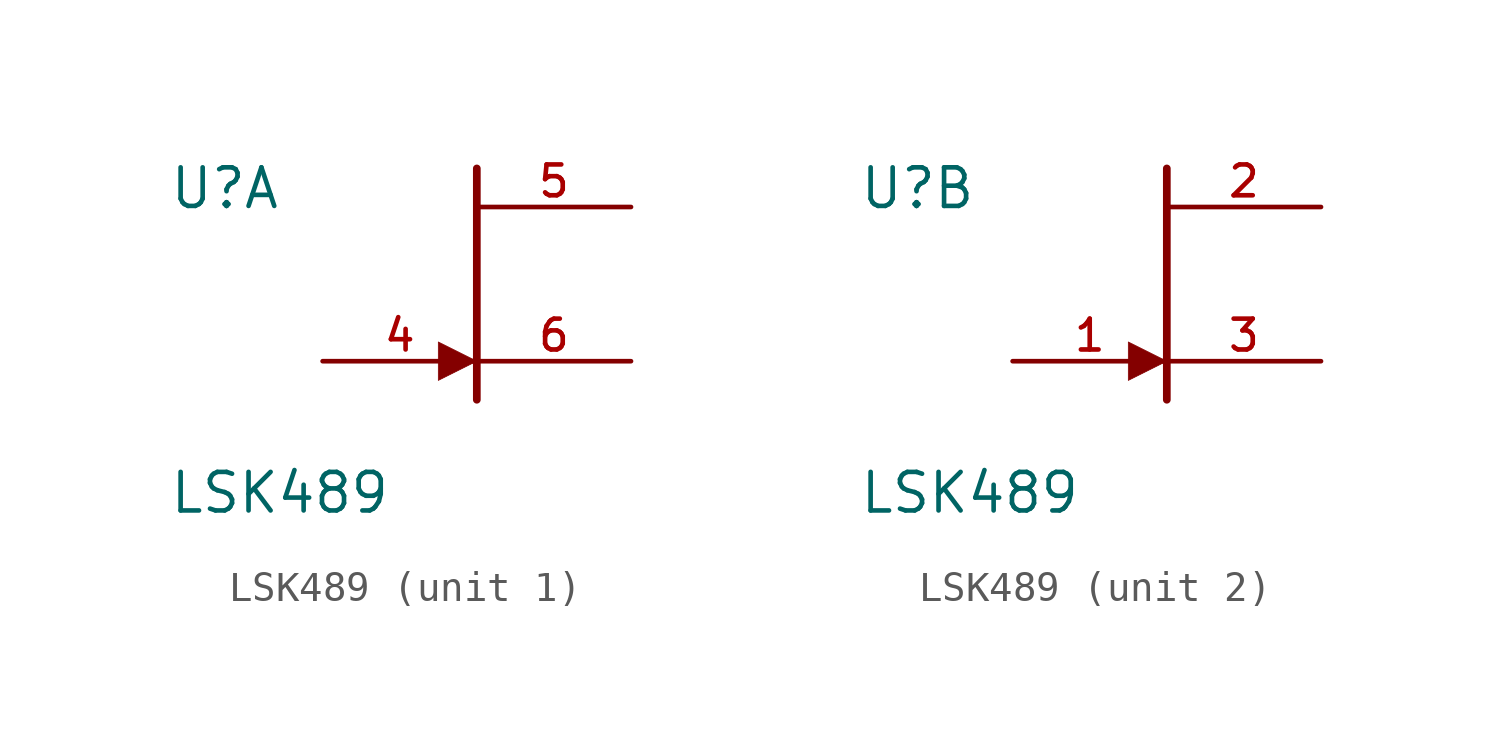
<source format=kicad_sym>
(kicad_symbol_lib
  (version 20211014)
  (generator kicad_symbol_editor)
  (symbol "LSK489"
    (pin_names
      (offset 1.016))
    (property "Reference" "U"
      (at -10.16 2.413 0)
      (effects (font (size 1.27 1.27)) (justify bottom left)))
    (property "Value" "LSK489"
      (at -10.16 -7.62 0)
      (effects (font (size 1.27 1.27)) (justify bottom left)))
    (symbol "LSK489_1_0"
      (polyline (pts (xy 0.0 -3.81) (xy 0.0 -2.54)) (stroke (width 0.254)))
      (polyline (pts (xy 0.0 -2.54) (xy 0.0 3.81)) (stroke (width 0.254)))
      (polyline (pts (xy -1.27 -3.175) (xy 0.0 -2.54) (xy -1.27 -1.905) (xy -1.27 -3.175)) (stroke (width 0.003)) (fill (type outline)))
      (pin passive line (at -5.08 -2.54 0) (length 5.08) (name "~" (effects (font (size 1.016 1.016)))) (number "4" (effects (font (size 1.016 1.016)))))
      (pin passive line (at 5.08 2.54 180.0) (length 5.08) (name "~" (effects (font (size 1.016 1.016)))) (number "5" (effects (font (size 1.016 1.016)))))
      (pin passive line (at 5.08 -2.54 180.0) (length 5.08) (name "~" (effects (font (size 1.016 1.016)))) (number "6" (effects (font (size 1.016 1.016))))))
    (symbol "LSK489_2_0"
      (polyline (pts (xy 0.0 -3.81) (xy 0.0 -2.54)) (stroke (width 0.254)))
      (polyline (pts (xy 0.0 -2.54) (xy 0.0 3.81)) (stroke (width 0.254)))
      (polyline (pts (xy -1.27 -3.175) (xy 0.0 -2.54) (xy -1.27 -1.905) (xy -1.27 -3.175)) (stroke (width 0.003)) (fill (type outline)))
      (pin passive line (at -5.08 -2.54 0) (length 5.08) (name "~" (effects (font (size 1.016 1.016)))) (number "1" (effects (font (size 1.016 1.016)))))
      (pin passive line (at 5.08 2.54 180.0) (length 5.08) (name "~" (effects (font (size 1.016 1.016)))) (number "2" (effects (font (size 1.016 1.016)))))
      (pin passive line (at 5.08 -2.54 180.0) (length 5.08) (name "~" (effects (font (size 1.016 1.016)))) (number "3" (effects (font (size 1.016 1.016))))))))
</source>
